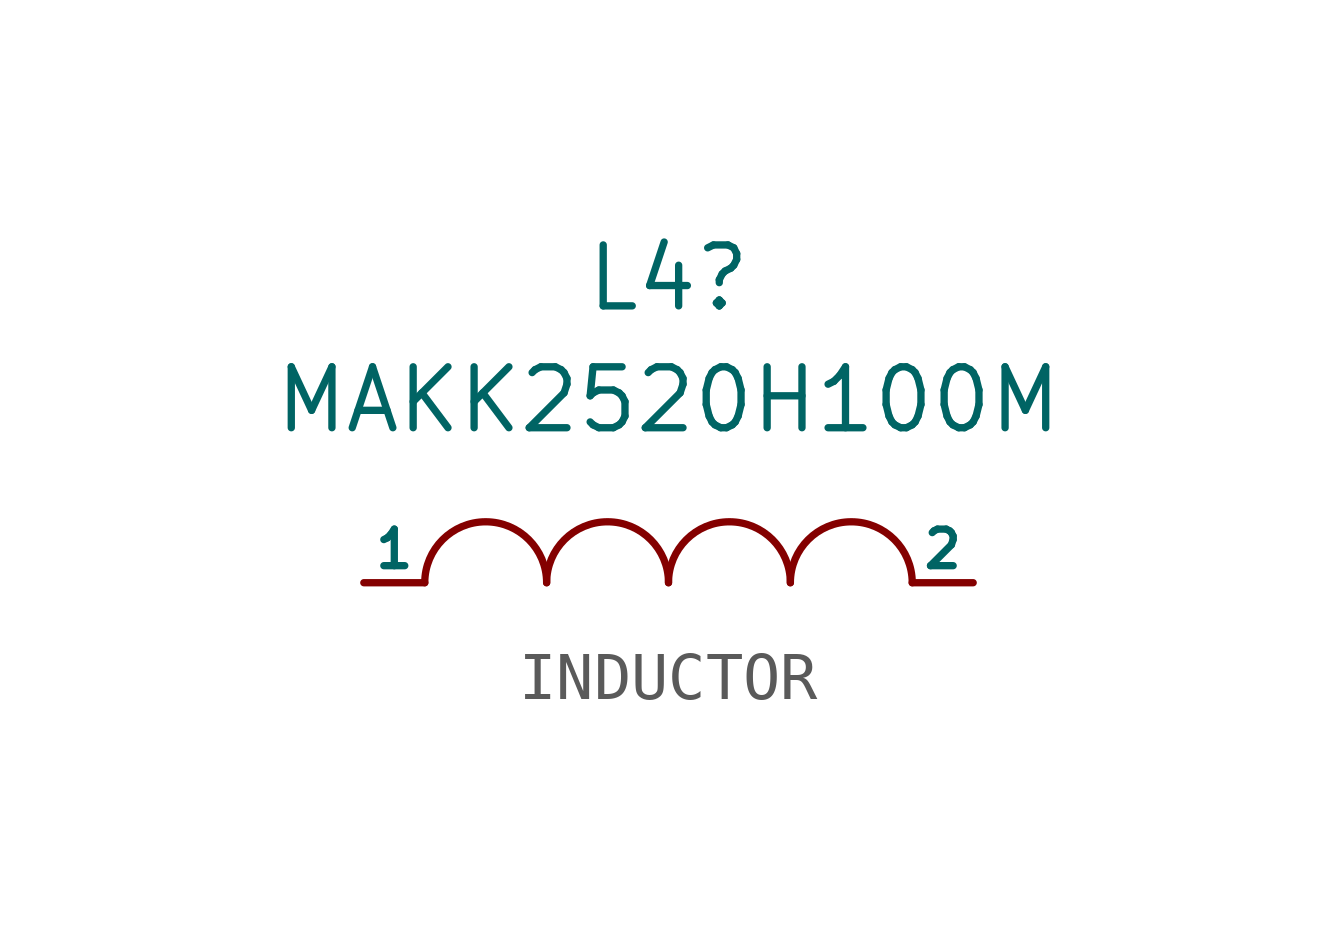
<source format=kicad_sym>
(kicad_symbol_lib
  (version 20220914)
  (generator kicad_symbol_editor)
  (symbol "INDUCTOR"
    (pin_numbers hide)
    (pin_names
      (offset 0))
    (property "Reference" "L4"
      (at 0 6.35 0)
      (effects (font (size 1.27 1.27))))
    (property "Value" "MAKK2520H100M"
      (at 0 3.81 0)
      (effects (font (size 1.27 1.27))))
    (symbol "INDUCTOR_0_1"
      (arc (start -2.54 0) (mid -3.81 1.2645) (end -5.08 0) (stroke (width 0) (type solid)) (fill (type none)))
      (arc (start 0 0) (mid -1.27 1.2645) (end -2.54 0) (stroke (width 0) (type solid)) (fill (type none)))
      (arc (start 2.54 0) (mid 1.27 1.2645) (end 0 0) (stroke (width 0) (type solid)) (fill (type none)))
      (arc (start 5.08 0) (mid 3.81 1.2645) (end 2.54 0) (stroke (width 0) (type solid)) (fill (type none))))
    (symbol "INDUCTOR_1_1"
      (pin input line (at -6.35 0 0) (length 1.27) (name "1" (effects (font (size 0.762 0.762)))) (number "1" (effects (font (size 0.762 0.762)))))
      (pin input line (at 6.35 0 180) (length 1.27) (name "2" (effects (font (size 0.762 0.762)))) (number "2" (effects (font (size 0.762 0.762))))))))
</source>
